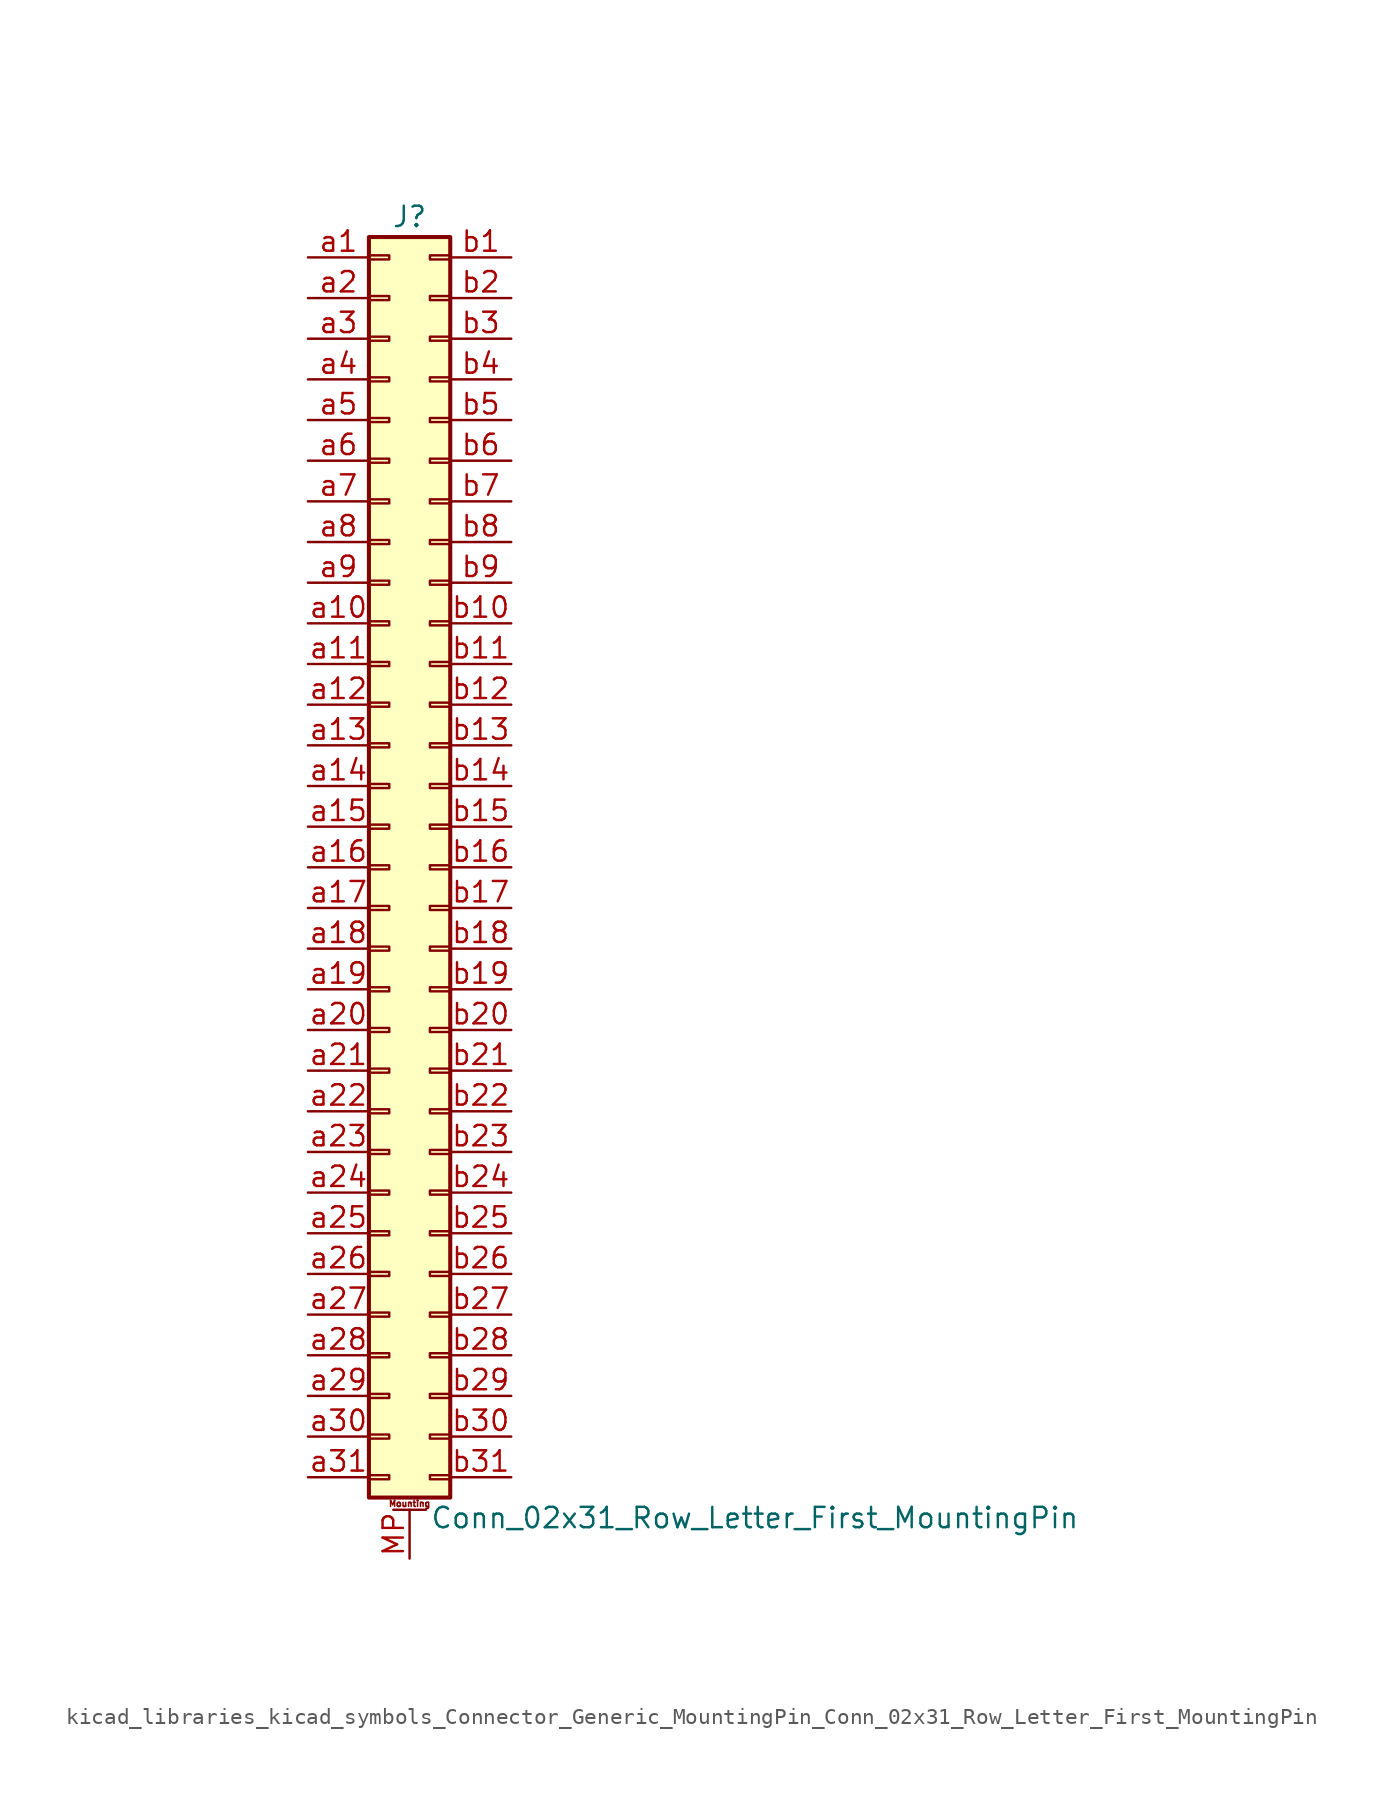
<source format=kicad_sym>
(kicad_symbol_lib
  (version 20220914)
  (generator kicad_symbol_editor)
  (symbol "kicad_libraries_kicad_symbols_Connector_Generic_MountingPin_Conn_02x31_Row_Letter_First_MountingPin"
    (pin_names
      (offset 1.016) hide)
    (property "Reference" "J"
      (at 1.27 40.64 0)
      (effects (font (size 1.27 1.27))))
    (property "Value" "Conn_02x31_Row_Letter_First_MountingPin"
      (at 2.54 -40.64 0)
      (effects (font (size 1.27 1.27)) (justify left)))
    (symbol "kicad_libraries_kicad_symbols_Connector_Generic_MountingPin_Conn_02x31_Row_Letter_First_MountingPin_1_1"
      (rectangle (start -1.27 -37.973) (end 0 -38.227) (stroke (width 0.152) (type default)) (fill (type none)))
      (rectangle (start -1.27 -35.433) (end 0 -35.687) (stroke (width 0.152) (type default)) (fill (type none)))
      (rectangle (start -1.27 -32.893) (end 0 -33.147) (stroke (width 0.152) (type default)) (fill (type none)))
      (rectangle (start -1.27 -30.353) (end 0 -30.607) (stroke (width 0.152) (type default)) (fill (type none)))
      (rectangle (start -1.27 -27.813) (end 0 -28.067) (stroke (width 0.152) (type default)) (fill (type none)))
      (rectangle (start -1.27 -25.273) (end 0 -25.527) (stroke (width 0.152) (type default)) (fill (type none)))
      (rectangle (start -1.27 -22.733) (end 0 -22.987) (stroke (width 0.152) (type default)) (fill (type none)))
      (rectangle (start -1.27 -20.193) (end 0 -20.447) (stroke (width 0.152) (type default)) (fill (type none)))
      (rectangle (start -1.27 -17.653) (end 0 -17.907) (stroke (width 0.152) (type default)) (fill (type none)))
      (rectangle (start -1.27 -15.113) (end 0 -15.367) (stroke (width 0.152) (type default)) (fill (type none)))
      (rectangle (start -1.27 -12.573) (end 0 -12.827) (stroke (width 0.152) (type default)) (fill (type none)))
      (rectangle (start -1.27 -10.033) (end 0 -10.287) (stroke (width 0.152) (type default)) (fill (type none)))
      (rectangle (start -1.27 -7.493) (end 0 -7.747) (stroke (width 0.152) (type default)) (fill (type none)))
      (rectangle (start -1.27 -4.953) (end 0 -5.207) (stroke (width 0.152) (type default)) (fill (type none)))
      (rectangle (start -1.27 -2.413) (end 0 -2.667) (stroke (width 0.152) (type default)) (fill (type none)))
      (rectangle (start -1.27 0.127) (end 0 -0.127) (stroke (width 0.152) (type default)) (fill (type none)))
      (rectangle (start -1.27 2.667) (end 0 2.413) (stroke (width 0.152) (type default)) (fill (type none)))
      (rectangle (start -1.27 5.207) (end 0 4.953) (stroke (width 0.152) (type default)) (fill (type none)))
      (rectangle (start -1.27 7.747) (end 0 7.493) (stroke (width 0.152) (type default)) (fill (type none)))
      (rectangle (start -1.27 10.287) (end 0 10.033) (stroke (width 0.152) (type default)) (fill (type none)))
      (rectangle (start -1.27 12.827) (end 0 12.573) (stroke (width 0.152) (type default)) (fill (type none)))
      (rectangle (start -1.27 15.367) (end 0 15.113) (stroke (width 0.152) (type default)) (fill (type none)))
      (rectangle (start -1.27 17.907) (end 0 17.653) (stroke (width 0.152) (type default)) (fill (type none)))
      (rectangle (start -1.27 20.447) (end 0 20.193) (stroke (width 0.152) (type default)) (fill (type none)))
      (rectangle (start -1.27 22.987) (end 0 22.733) (stroke (width 0.152) (type default)) (fill (type none)))
      (rectangle (start -1.27 25.527) (end 0 25.273) (stroke (width 0.152) (type default)) (fill (type none)))
      (rectangle (start -1.27 28.067) (end 0 27.813) (stroke (width 0.152) (type default)) (fill (type none)))
      (rectangle (start -1.27 30.607) (end 0 30.353) (stroke (width 0.152) (type default)) (fill (type none)))
      (rectangle (start -1.27 33.147) (end 0 32.893) (stroke (width 0.152) (type default)) (fill (type none)))
      (rectangle (start -1.27 35.687) (end 0 35.433) (stroke (width 0.152) (type default)) (fill (type none)))
      (rectangle (start -1.27 38.227) (end 0 37.973) (stroke (width 0.152) (type default)) (fill (type none)))
      (rectangle (start -1.27 39.37) (end 3.81 -39.37) (stroke (width 0.254) (type default)) (fill (type background)))
      (polyline (pts (xy 0.254 -40.132) (xy 2.286 -40.132)) (stroke (width 0.152) (type default)) (fill (type none)))
      (rectangle (start 3.81 -37.973) (end 2.54 -38.227) (stroke (width 0.152) (type default)) (fill (type none)))
      (rectangle (start 3.81 -35.433) (end 2.54 -35.687) (stroke (width 0.152) (type default)) (fill (type none)))
      (rectangle (start 3.81 -32.893) (end 2.54 -33.147) (stroke (width 0.152) (type default)) (fill (type none)))
      (rectangle (start 3.81 -30.353) (end 2.54 -30.607) (stroke (width 0.152) (type default)) (fill (type none)))
      (rectangle (start 3.81 -27.813) (end 2.54 -28.067) (stroke (width 0.152) (type default)) (fill (type none)))
      (rectangle (start 3.81 -25.273) (end 2.54 -25.527) (stroke (width 0.152) (type default)) (fill (type none)))
      (rectangle (start 3.81 -22.733) (end 2.54 -22.987) (stroke (width 0.152) (type default)) (fill (type none)))
      (rectangle (start 3.81 -20.193) (end 2.54 -20.447) (stroke (width 0.152) (type default)) (fill (type none)))
      (rectangle (start 3.81 -17.653) (end 2.54 -17.907) (stroke (width 0.152) (type default)) (fill (type none)))
      (rectangle (start 3.81 -15.113) (end 2.54 -15.367) (stroke (width 0.152) (type default)) (fill (type none)))
      (rectangle (start 3.81 -12.573) (end 2.54 -12.827) (stroke (width 0.152) (type default)) (fill (type none)))
      (rectangle (start 3.81 -10.033) (end 2.54 -10.287) (stroke (width 0.152) (type default)) (fill (type none)))
      (rectangle (start 3.81 -7.493) (end 2.54 -7.747) (stroke (width 0.152) (type default)) (fill (type none)))
      (rectangle (start 3.81 -4.953) (end 2.54 -5.207) (stroke (width 0.152) (type default)) (fill (type none)))
      (rectangle (start 3.81 -2.413) (end 2.54 -2.667) (stroke (width 0.152) (type default)) (fill (type none)))
      (rectangle (start 3.81 0.127) (end 2.54 -0.127) (stroke (width 0.152) (type default)) (fill (type none)))
      (rectangle (start 3.81 2.667) (end 2.54 2.413) (stroke (width 0.152) (type default)) (fill (type none)))
      (rectangle (start 3.81 5.207) (end 2.54 4.953) (stroke (width 0.152) (type default)) (fill (type none)))
      (rectangle (start 3.81 7.747) (end 2.54 7.493) (stroke (width 0.152) (type default)) (fill (type none)))
      (rectangle (start 3.81 10.287) (end 2.54 10.033) (stroke (width 0.152) (type default)) (fill (type none)))
      (rectangle (start 3.81 12.827) (end 2.54 12.573) (stroke (width 0.152) (type default)) (fill (type none)))
      (rectangle (start 3.81 15.367) (end 2.54 15.113) (stroke (width 0.152) (type default)) (fill (type none)))
      (rectangle (start 3.81 17.907) (end 2.54 17.653) (stroke (width 0.152) (type default)) (fill (type none)))
      (rectangle (start 3.81 20.447) (end 2.54 20.193) (stroke (width 0.152) (type default)) (fill (type none)))
      (rectangle (start 3.81 22.987) (end 2.54 22.733) (stroke (width 0.152) (type default)) (fill (type none)))
      (rectangle (start 3.81 25.527) (end 2.54 25.273) (stroke (width 0.152) (type default)) (fill (type none)))
      (rectangle (start 3.81 28.067) (end 2.54 27.813) (stroke (width 0.152) (type default)) (fill (type none)))
      (rectangle (start 3.81 30.607) (end 2.54 30.353) (stroke (width 0.152) (type default)) (fill (type none)))
      (rectangle (start 3.81 33.147) (end 2.54 32.893) (stroke (width 0.152) (type default)) (fill (type none)))
      (rectangle (start 3.81 35.687) (end 2.54 35.433) (stroke (width 0.152) (type default)) (fill (type none)))
      (rectangle (start 3.81 38.227) (end 2.54 37.973) (stroke (width 0.152) (type default)) (fill (type none)))
      (text "Mounting" (at 1.27 -39.751 0) (effects (font (size 0.381 0.381))))
      (pin passive line (at 1.27 -43.18 90) (length 3.048) (name "MountPin" (effects (font (size 1.27 1.27)))) (number "MP" (effects (font (size 1.27 1.27)))))
      (pin passive line (at -5.08 38.1 0) (length 3.81) (name "Pin_a1" (effects (font (size 1.27 1.27)))) (number "a1" (effects (font (size 1.27 1.27)))))
      (pin passive line (at -5.08 15.24 0) (length 3.81) (name "Pin_a10" (effects (font (size 1.27 1.27)))) (number "a10" (effects (font (size 1.27 1.27)))))
      (pin passive line (at -5.08 12.7 0) (length 3.81) (name "Pin_a11" (effects (font (size 1.27 1.27)))) (number "a11" (effects (font (size 1.27 1.27)))))
      (pin passive line (at -5.08 10.16 0) (length 3.81) (name "Pin_a12" (effects (font (size 1.27 1.27)))) (number "a12" (effects (font (size 1.27 1.27)))))
      (pin passive line (at -5.08 7.62 0) (length 3.81) (name "Pin_a13" (effects (font (size 1.27 1.27)))) (number "a13" (effects (font (size 1.27 1.27)))))
      (pin passive line (at -5.08 5.08 0) (length 3.81) (name "Pin_a14" (effects (font (size 1.27 1.27)))) (number "a14" (effects (font (size 1.27 1.27)))))
      (pin passive line (at -5.08 2.54 0) (length 3.81) (name "Pin_a15" (effects (font (size 1.27 1.27)))) (number "a15" (effects (font (size 1.27 1.27)))))
      (pin passive line (at -5.08 0 0) (length 3.81) (name "Pin_a16" (effects (font (size 1.27 1.27)))) (number "a16" (effects (font (size 1.27 1.27)))))
      (pin passive line (at -5.08 -2.54 0) (length 3.81) (name "Pin_a17" (effects (font (size 1.27 1.27)))) (number "a17" (effects (font (size 1.27 1.27)))))
      (pin passive line (at -5.08 -5.08 0) (length 3.81) (name "Pin_a18" (effects (font (size 1.27 1.27)))) (number "a18" (effects (font (size 1.27 1.27)))))
      (pin passive line (at -5.08 -7.62 0) (length 3.81) (name "Pin_a19" (effects (font (size 1.27 1.27)))) (number "a19" (effects (font (size 1.27 1.27)))))
      (pin passive line (at -5.08 35.56 0) (length 3.81) (name "Pin_a2" (effects (font (size 1.27 1.27)))) (number "a2" (effects (font (size 1.27 1.27)))))
      (pin passive line (at -5.08 -10.16 0) (length 3.81) (name "Pin_a20" (effects (font (size 1.27 1.27)))) (number "a20" (effects (font (size 1.27 1.27)))))
      (pin passive line (at -5.08 -12.7 0) (length 3.81) (name "Pin_a21" (effects (font (size 1.27 1.27)))) (number "a21" (effects (font (size 1.27 1.27)))))
      (pin passive line (at -5.08 -15.24 0) (length 3.81) (name "Pin_a22" (effects (font (size 1.27 1.27)))) (number "a22" (effects (font (size 1.27 1.27)))))
      (pin passive line (at -5.08 -17.78 0) (length 3.81) (name "Pin_a23" (effects (font (size 1.27 1.27)))) (number "a23" (effects (font (size 1.27 1.27)))))
      (pin passive line (at -5.08 -20.32 0) (length 3.81) (name "Pin_a24" (effects (font (size 1.27 1.27)))) (number "a24" (effects (font (size 1.27 1.27)))))
      (pin passive line (at -5.08 -22.86 0) (length 3.81) (name "Pin_a25" (effects (font (size 1.27 1.27)))) (number "a25" (effects (font (size 1.27 1.27)))))
      (pin passive line (at -5.08 -25.4 0) (length 3.81) (name "Pin_a26" (effects (font (size 1.27 1.27)))) (number "a26" (effects (font (size 1.27 1.27)))))
      (pin passive line (at -5.08 -27.94 0) (length 3.81) (name "Pin_a27" (effects (font (size 1.27 1.27)))) (number "a27" (effects (font (size 1.27 1.27)))))
      (pin passive line (at -5.08 -30.48 0) (length 3.81) (name "Pin_a28" (effects (font (size 1.27 1.27)))) (number "a28" (effects (font (size 1.27 1.27)))))
      (pin passive line (at -5.08 -33.02 0) (length 3.81) (name "Pin_a29" (effects (font (size 1.27 1.27)))) (number "a29" (effects (font (size 1.27 1.27)))))
      (pin passive line (at -5.08 33.02 0) (length 3.81) (name "Pin_a3" (effects (font (size 1.27 1.27)))) (number "a3" (effects (font (size 1.27 1.27)))))
      (pin passive line (at -5.08 -35.56 0) (length 3.81) (name "Pin_a30" (effects (font (size 1.27 1.27)))) (number "a30" (effects (font (size 1.27 1.27)))))
      (pin passive line (at -5.08 -38.1 0) (length 3.81) (name "Pin_a31" (effects (font (size 1.27 1.27)))) (number "a31" (effects (font (size 1.27 1.27)))))
      (pin passive line (at -5.08 30.48 0) (length 3.81) (name "Pin_a4" (effects (font (size 1.27 1.27)))) (number "a4" (effects (font (size 1.27 1.27)))))
      (pin passive line (at -5.08 27.94 0) (length 3.81) (name "Pin_a5" (effects (font (size 1.27 1.27)))) (number "a5" (effects (font (size 1.27 1.27)))))
      (pin passive line (at -5.08 25.4 0) (length 3.81) (name "Pin_a6" (effects (font (size 1.27 1.27)))) (number "a6" (effects (font (size 1.27 1.27)))))
      (pin passive line (at -5.08 22.86 0) (length 3.81) (name "Pin_a7" (effects (font (size 1.27 1.27)))) (number "a7" (effects (font (size 1.27 1.27)))))
      (pin passive line (at -5.08 20.32 0) (length 3.81) (name "Pin_a8" (effects (font (size 1.27 1.27)))) (number "a8" (effects (font (size 1.27 1.27)))))
      (pin passive line (at -5.08 17.78 0) (length 3.81) (name "Pin_a9" (effects (font (size 1.27 1.27)))) (number "a9" (effects (font (size 1.27 1.27)))))
      (pin passive line (at 7.62 38.1 180) (length 3.81) (name "Pin_b1" (effects (font (size 1.27 1.27)))) (number "b1" (effects (font (size 1.27 1.27)))))
      (pin passive line (at 7.62 15.24 180) (length 3.81) (name "Pin_b10" (effects (font (size 1.27 1.27)))) (number "b10" (effects (font (size 1.27 1.27)))))
      (pin passive line (at 7.62 12.7 180) (length 3.81) (name "Pin_b11" (effects (font (size 1.27 1.27)))) (number "b11" (effects (font (size 1.27 1.27)))))
      (pin passive line (at 7.62 10.16 180) (length 3.81) (name "Pin_b12" (effects (font (size 1.27 1.27)))) (number "b12" (effects (font (size 1.27 1.27)))))
      (pin passive line (at 7.62 7.62 180) (length 3.81) (name "Pin_b13" (effects (font (size 1.27 1.27)))) (number "b13" (effects (font (size 1.27 1.27)))))
      (pin passive line (at 7.62 5.08 180) (length 3.81) (name "Pin_b14" (effects (font (size 1.27 1.27)))) (number "b14" (effects (font (size 1.27 1.27)))))
      (pin passive line (at 7.62 2.54 180) (length 3.81) (name "Pin_b15" (effects (font (size 1.27 1.27)))) (number "b15" (effects (font (size 1.27 1.27)))))
      (pin passive line (at 7.62 0 180) (length 3.81) (name "Pin_b16" (effects (font (size 1.27 1.27)))) (number "b16" (effects (font (size 1.27 1.27)))))
      (pin passive line (at 7.62 -2.54 180) (length 3.81) (name "Pin_b17" (effects (font (size 1.27 1.27)))) (number "b17" (effects (font (size 1.27 1.27)))))
      (pin passive line (at 7.62 -5.08 180) (length 3.81) (name "Pin_b18" (effects (font (size 1.27 1.27)))) (number "b18" (effects (font (size 1.27 1.27)))))
      (pin passive line (at 7.62 -7.62 180) (length 3.81) (name "Pin_b19" (effects (font (size 1.27 1.27)))) (number "b19" (effects (font (size 1.27 1.27)))))
      (pin passive line (at 7.62 35.56 180) (length 3.81) (name "Pin_b2" (effects (font (size 1.27 1.27)))) (number "b2" (effects (font (size 1.27 1.27)))))
      (pin passive line (at 7.62 -10.16 180) (length 3.81) (name "Pin_b20" (effects (font (size 1.27 1.27)))) (number "b20" (effects (font (size 1.27 1.27)))))
      (pin passive line (at 7.62 -12.7 180) (length 3.81) (name "Pin_b21" (effects (font (size 1.27 1.27)))) (number "b21" (effects (font (size 1.27 1.27)))))
      (pin passive line (at 7.62 -15.24 180) (length 3.81) (name "Pin_b22" (effects (font (size 1.27 1.27)))) (number "b22" (effects (font (size 1.27 1.27)))))
      (pin passive line (at 7.62 -17.78 180) (length 3.81) (name "Pin_b23" (effects (font (size 1.27 1.27)))) (number "b23" (effects (font (size 1.27 1.27)))))
      (pin passive line (at 7.62 -20.32 180) (length 3.81) (name "Pin_b24" (effects (font (size 1.27 1.27)))) (number "b24" (effects (font (size 1.27 1.27)))))
      (pin passive line (at 7.62 -22.86 180) (length 3.81) (name "Pin_b25" (effects (font (size 1.27 1.27)))) (number "b25" (effects (font (size 1.27 1.27)))))
      (pin passive line (at 7.62 -25.4 180) (length 3.81) (name "Pin_b26" (effects (font (size 1.27 1.27)))) (number "b26" (effects (font (size 1.27 1.27)))))
      (pin passive line (at 7.62 -27.94 180) (length 3.81) (name "Pin_b27" (effects (font (size 1.27 1.27)))) (number "b27" (effects (font (size 1.27 1.27)))))
      (pin passive line (at 7.62 -30.48 180) (length 3.81) (name "Pin_b28" (effects (font (size 1.27 1.27)))) (number "b28" (effects (font (size 1.27 1.27)))))
      (pin passive line (at 7.62 -33.02 180) (length 3.81) (name "Pin_b29" (effects (font (size 1.27 1.27)))) (number "b29" (effects (font (size 1.27 1.27)))))
      (pin passive line (at 7.62 33.02 180) (length 3.81) (name "Pin_b3" (effects (font (size 1.27 1.27)))) (number "b3" (effects (font (size 1.27 1.27)))))
      (pin passive line (at 7.62 -35.56 180) (length 3.81) (name "Pin_b30" (effects (font (size 1.27 1.27)))) (number "b30" (effects (font (size 1.27 1.27)))))
      (pin passive line (at 7.62 -38.1 180) (length 3.81) (name "Pin_b31" (effects (font (size 1.27 1.27)))) (number "b31" (effects (font (size 1.27 1.27)))))
      (pin passive line (at 7.62 30.48 180) (length 3.81) (name "Pin_b4" (effects (font (size 1.27 1.27)))) (number "b4" (effects (font (size 1.27 1.27)))))
      (pin passive line (at 7.62 27.94 180) (length 3.81) (name "Pin_b5" (effects (font (size 1.27 1.27)))) (number "b5" (effects (font (size 1.27 1.27)))))
      (pin passive line (at 7.62 25.4 180) (length 3.81) (name "Pin_b6" (effects (font (size 1.27 1.27)))) (number "b6" (effects (font (size 1.27 1.27)))))
      (pin passive line (at 7.62 22.86 180) (length 3.81) (name "Pin_b7" (effects (font (size 1.27 1.27)))) (number "b7" (effects (font (size 1.27 1.27)))))
      (pin passive line (at 7.62 20.32 180) (length 3.81) (name "Pin_b8" (effects (font (size 1.27 1.27)))) (number "b8" (effects (font (size 1.27 1.27)))))
      (pin passive line (at 7.62 17.78 180) (length 3.81) (name "Pin_b9" (effects (font (size 1.27 1.27)))) (number "b9" (effects (font (size 1.27 1.27))))))))
</source>
